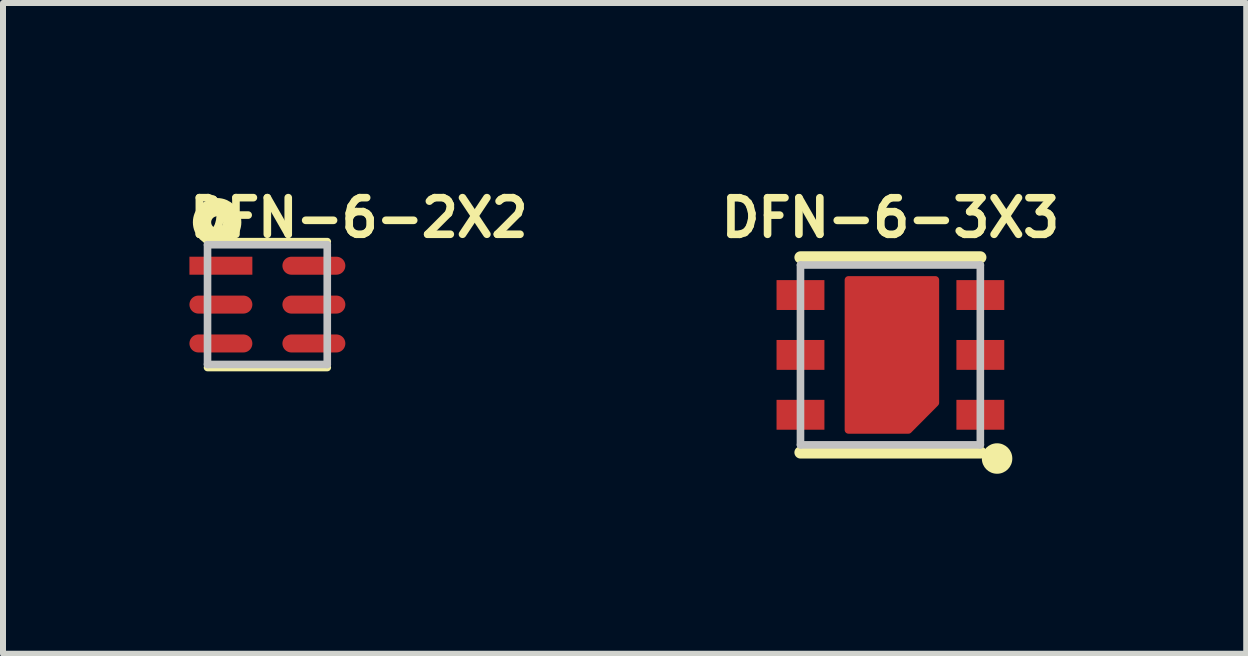
<source format=kicad_pcb>
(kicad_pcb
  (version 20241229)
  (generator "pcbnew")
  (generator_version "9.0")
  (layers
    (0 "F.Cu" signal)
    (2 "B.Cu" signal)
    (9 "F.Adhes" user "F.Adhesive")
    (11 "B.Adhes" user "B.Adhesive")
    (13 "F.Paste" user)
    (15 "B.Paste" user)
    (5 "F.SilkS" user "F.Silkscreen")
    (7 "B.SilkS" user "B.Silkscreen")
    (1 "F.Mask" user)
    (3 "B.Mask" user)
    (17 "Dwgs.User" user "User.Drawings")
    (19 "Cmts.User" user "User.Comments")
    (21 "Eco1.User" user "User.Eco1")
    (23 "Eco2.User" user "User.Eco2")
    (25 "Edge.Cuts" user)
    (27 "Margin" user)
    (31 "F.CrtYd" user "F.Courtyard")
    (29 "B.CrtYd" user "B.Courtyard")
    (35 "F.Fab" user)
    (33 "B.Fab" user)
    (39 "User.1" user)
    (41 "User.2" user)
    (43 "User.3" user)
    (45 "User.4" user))
  (footprint "DFN-6-3X3"
    (layer "F.Cu")
    (at 11.792 2.866)
    (property "Reference" "DFN-6-3X3" (at 0 -2.286 0) (layer "F.SilkS") (effects (font (size 0.61 0.61) (thickness 0.127))))
    (attr smd)
    (fp_poly (pts (xy -0.699 -1.25) (xy 0.749 -1.25) (xy 0.749 0.798) (xy 0.3 1.25) (xy -0.699 1.25) (xy -0.699 -1.25)) (stroke (width 0.127) (type solid)) (fill yes) (layer "F.Cu"))
    (fp_poly (pts (xy -0.775 -1.323) (xy -0.775 1.298) (xy 0.373 1.298) (xy 0.823 0.848) (xy 0.823 -1.323) (xy -0.775 -1.323)) (stroke (width 0.127) (type solid)) (fill yes) (layer "F.Mask"))
    (fp_line (start -1.499 -1.626) (end 1.499 -1.626) (stroke (width 0.203) (type solid)) (layer "F.SilkS"))
    (fp_line (start 1.499 1.626) (end -1.499 1.626) (stroke (width 0.203) (type solid)) (layer "F.SilkS"))
    (fp_circle (center 1.778 1.727) (end 1.778 1.473) (stroke (width 0) (type solid)) (fill yes) (layer "F.SilkS"))
    (fp_poly (pts (xy -0.549 -1.049) (xy 0.549 -1.049) (xy 0.549 0.648) (xy 0.099 1.1) (xy -0.549 1.1) (xy -0.549 -1.049)) (stroke (width 0.127) (type solid)) (fill yes) (layer "F.Paste"))
    (fp_line (start -1.499 -1.499) (end -1.499 1.499) (stroke (width 0.127) (type solid)) (layer "Dwgs.User"))
    (fp_line (start 1.499 -1.499) (end -1.499 -1.499) (stroke (width 0.127) (type solid)) (layer "Dwgs.User"))
    (fp_line (start 1.499 -1.499) (end 1.499 1.499) (stroke (width 0.127) (type solid)) (layer "Dwgs.User"))
    (fp_line (start 1.499 1.499) (end -1.499 1.499) (stroke (width 0.127) (type solid)) (layer "Dwgs.User"))
    (pad "7" smd rect (at 0 0) (size 0.198 0.198) (layers "F.Cu" "F.Mask" "F.Paste"))
    (pad "DATA" smd rect (at 1.499 0.998 270) (size 0.498 0.798) (layers "F.Cu" "F.Mask" "F.Paste"))
    (pad "GND" smd rect (at 1.499 0 270) (size 0.498 0.798) (layers "F.Cu" "F.Mask" "F.Paste"))
    (pad "NC@1" smd rect (at -1.499 -0.998 270) (size 0.498 0.798) (layers "F.Cu" "F.Mask" "F.Paste"))
    (pad "NC@6" smd rect (at 1.499 -0.998 270) (size 0.498 0.798) (layers "F.Cu" "F.Mask" "F.Paste"))
    (pad "SCK" smd rect (at -1.499 0.998 270) (size 0.498 0.798) (layers "F.Cu" "F.Mask" "F.Paste"))
    (pad "VDD" smd rect (at -1.499 0 270) (size 0.498 0.798) (layers "F.Cu" "F.Mask" "F.Paste")))
  (footprint "DFN-6-2X2"
    (layer "F.Cu")
    (at 1.407 2.027)
    (property "Reference" "DFN-6-2X2" (at 1.524 -1.448 0) (layer "F.SilkS") (effects (font (size 0.61 0.61) (thickness 0.127))))
    (attr smd)
    (fp_line (start -0.998 -1.049) (end 0.998 -1.049) (stroke (width 0.127) (type solid)) (layer "F.SilkS"))
    (fp_line (start -0.998 1.049) (end 0.998 1.049) (stroke (width 0.127) (type solid)) (layer "F.SilkS"))
    (fp_circle (center -0.838 -1.372) (end -0.838 -1.471) (stroke (width 0.305) (type solid)) (fill no) (layer "F.SilkS"))
    (fp_line (start -0.998 -0.998) (end -0.998 0.998) (stroke (width 0.127) (type solid)) (layer "Dwgs.User"))
    (fp_line (start -0.998 0.998) (end 0.998 0.998) (stroke (width 0.127) (type solid)) (layer "Dwgs.User"))
    (fp_line (start 0.998 -0.998) (end -0.998 -0.998) (stroke (width 0.127) (type solid)) (layer "Dwgs.User"))
    (fp_line (start 0.998 0.998) (end 0.998 -0.998) (stroke (width 0.127) (type solid)) (layer "Dwgs.User"))
    (pad "1" smd rect (at -0.775 -0.648 180) (size 1.049 0.3) (layers "F.Cu" "F.Mask" "F.Paste"))
    (pad "2" smd oval (at -0.775 0) (size 1.049 0.3) (layers "F.Cu" "F.Mask" "F.Paste"))
    (pad "3" smd oval (at -0.775 0.648) (size 1.049 0.3) (layers "F.Cu" "F.Mask" "F.Paste"))
    (pad "4" smd oval (at 0.775 0.648) (size 1.049 0.3) (layers "F.Cu" "F.Mask" "F.Paste"))
    (pad "5" smd oval (at 0.775 0) (size 1.049 0.3) (layers "F.Cu" "F.Mask" "F.Paste"))
    (pad "6" smd oval (at 0.775 -0.648) (size 1.049 0.3) (layers "F.Cu" "F.Mask" "F.Paste")))
  (gr_rect
    (start -3 -3)
    (end 17.723 7.847)
    (stroke (width 0.1) (type default))
    (fill no)
    (layer "Edge.Cuts")))
</source>
